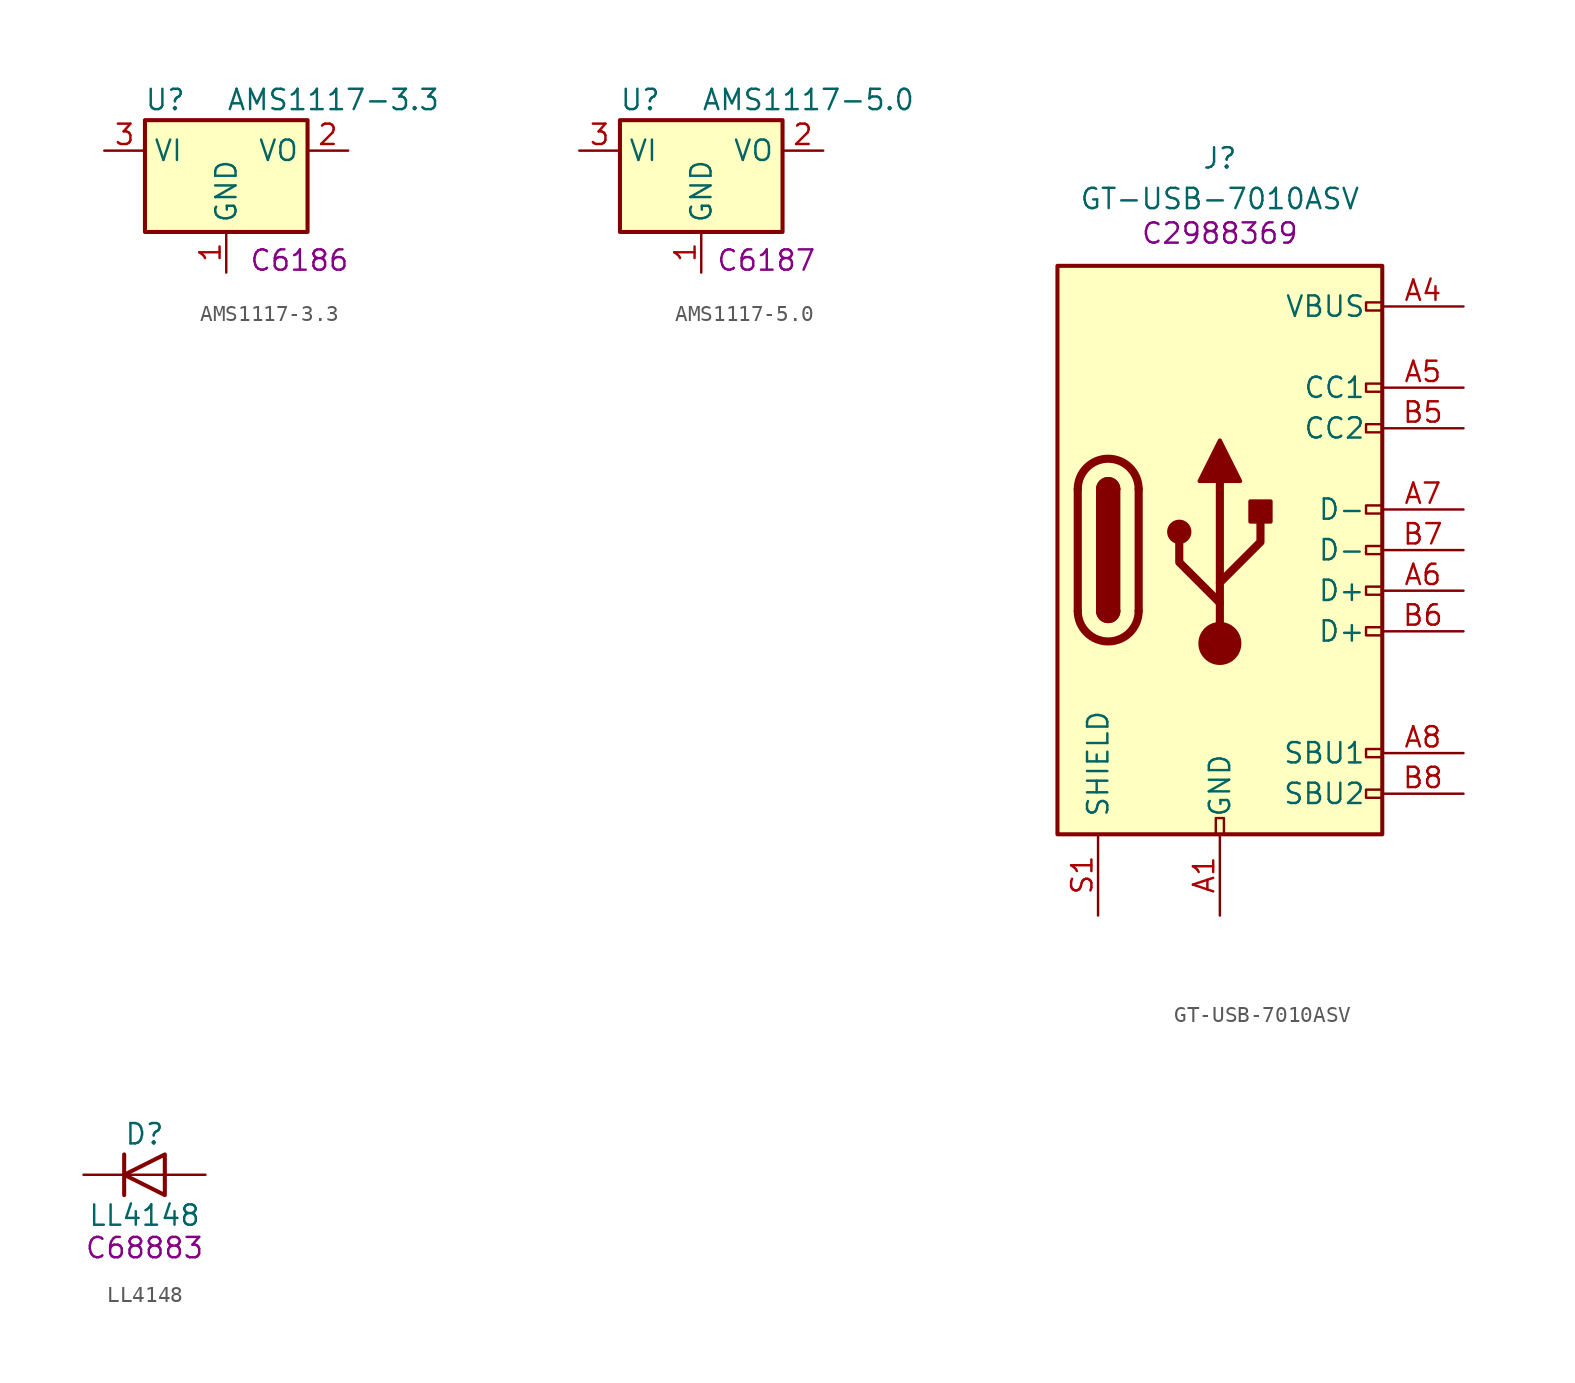
<source format=kicad_sym>
(kicad_symbol_lib
  (version 20231120)
  (generator "kicad_symbol_editor")
  (generator_version "8.0")
  (symbol "AMS1117-3.3"
    (property "Reference" "U"
      (at -3.81 3.175 0)
      (effects (font (size 1.27 1.27))))
    (property "Value" "AMS1117-3.3"
      (at 0 3.175 0)
      (effects (font (size 1.27 1.27)) (justify left)))
    (property "JLCPCB Part #" "C6186"
      (at 4.572 -6.858 0)
      (effects (font (size 1.27 1.27))))
    (symbol "AMS1117-3.3_0_1"
      (rectangle (start -5.08 -5.08) (end 5.08 1.905) (stroke (width 0.254) (type default)) (fill (type background))))
    (symbol "AMS1117-3.3_1_1"
      (pin power_in line (at 0 -7.62 90) (length 2.54) (name "GND" (effects (font (size 1.27 1.27)))) (number "1" (effects (font (size 1.27 1.27)))))
      (pin power_out line (at 7.62 0 180) (length 2.54) (name "VO" (effects (font (size 1.27 1.27)))) (number "2" (effects (font (size 1.27 1.27)))))
      (pin power_in line (at -7.62 0 0) (length 2.54) (name "VI" (effects (font (size 1.27 1.27)))) (number "3" (effects (font (size 1.27 1.27)))))))
  (symbol "AMS1117-5.0"
    (property "Reference" "U"
      (at -3.81 3.175 0)
      (effects (font (size 1.27 1.27))))
    (property "Value" "AMS1117-5.0"
      (at 0 3.175 0)
      (effects (font (size 1.27 1.27)) (justify left)))
    (property "JLCPCB Part #" "C6187"
      (at 4.064 -6.858 0)
      (effects (font (size 1.27 1.27))))
    (symbol "AMS1117-5.0_0_1"
      (rectangle (start -5.08 -5.08) (end 5.08 1.905) (stroke (width 0.254) (type default)) (fill (type background))))
    (symbol "AMS1117-5.0_1_1"
      (pin power_in line (at 0 -7.62 90) (length 2.54) (name "GND" (effects (font (size 1.27 1.27)))) (number "1" (effects (font (size 1.27 1.27)))))
      (pin power_out line (at 7.62 0 180) (length 2.54) (name "VO" (effects (font (size 1.27 1.27)))) (number "2" (effects (font (size 1.27 1.27)))))
      (pin power_in line (at -7.62 0 0) (length 2.54) (name "VI" (effects (font (size 1.27 1.27)))) (number "3" (effects (font (size 1.27 1.27)))))))
  (symbol "GT-USB-7010ASV"
    (pin_names
      (offset 1.016))
    (property "Reference" "J"
      (at 0 24.511 0)
      (effects (font (size 1.27 1.27))))
    (property "Value" "GT-USB-7010ASV"
      (at 0 21.971 0)
      (effects (font (size 1.27 1.27))))
    (property "JLCPCB Part # " "C2988369"
      (at 0 19.812 0)
      (effects (font (size 1.27 1.27))))
    (symbol "GT-USB-7010ASV_0_0"
      (rectangle (start -0.254 -17.78) (end 0.254 -16.764) (stroke (width 0) (type default)) (fill (type none)))
      (rectangle (start 10.16 -14.986) (end 9.144 -15.494) (stroke (width 0) (type default)) (fill (type none)))
      (rectangle (start 10.16 -12.446) (end 9.144 -12.954) (stroke (width 0) (type default)) (fill (type none)))
      (rectangle (start 10.16 -4.826) (end 9.144 -5.334) (stroke (width 0) (type default)) (fill (type none)))
      (rectangle (start 10.16 -2.286) (end 9.144 -2.794) (stroke (width 0) (type default)) (fill (type none)))
      (rectangle (start 10.16 0.254) (end 9.144 -0.254) (stroke (width 0) (type default)) (fill (type none)))
      (rectangle (start 10.16 2.794) (end 9.144 2.286) (stroke (width 0) (type default)) (fill (type none)))
      (rectangle (start 10.16 7.874) (end 9.144 7.366) (stroke (width 0) (type default)) (fill (type none)))
      (rectangle (start 10.16 10.414) (end 9.144 9.906) (stroke (width 0) (type default)) (fill (type none)))
      (rectangle (start 10.16 15.494) (end 9.144 14.986) (stroke (width 0) (type default)) (fill (type none))))
    (symbol "GT-USB-7010ASV_0_1"
      (rectangle (start -10.16 17.78) (end 10.16 -17.78) (stroke (width 0.254) (type default)) (fill (type background)))
      (arc (start -8.89 -3.81) (mid -6.985 -5.7067) (end -5.08 -3.81) (stroke (width 0.508) (type default)) (fill (type none)))
      (arc (start -7.62 -3.81) (mid -6.985 -4.4423) (end -6.35 -3.81) (stroke (width 0.254) (type default)) (fill (type none)))
      (arc (start -7.62 -3.81) (mid -6.985 -4.4423) (end -6.35 -3.81) (stroke (width 0.254) (type default)) (fill (type outline)))
      (rectangle (start -7.62 -3.81) (end -6.35 3.81) (stroke (width 0.254) (type default)) (fill (type outline)))
      (arc (start -6.35 3.81) (mid -6.985 4.4423) (end -7.62 3.81) (stroke (width 0.254) (type default)) (fill (type none)))
      (arc (start -6.35 3.81) (mid -6.985 4.4423) (end -7.62 3.81) (stroke (width 0.254) (type default)) (fill (type outline)))
      (arc (start -5.08 3.81) (mid -6.985 5.7067) (end -8.89 3.81) (stroke (width 0.508) (type default)) (fill (type none)))
      (circle (center -2.54 1.143) (radius 0.635) (stroke (width 0.254) (type default)) (fill (type outline)))
      (circle (center 0 -5.842) (radius 1.27) (stroke (width 0) (type default)) (fill (type outline)))
      (polyline (pts (xy -8.89 -3.81) (xy -8.89 3.81)) (stroke (width 0.508) (type default)) (fill (type none)))
      (polyline (pts (xy -5.08 3.81) (xy -5.08 -3.81)) (stroke (width 0.508) (type default)) (fill (type none)))
      (polyline (pts (xy 0 -5.842) (xy 0 4.318)) (stroke (width 0.508) (type default)) (fill (type none)))
      (polyline (pts (xy 0 -3.302) (xy -2.54 -0.762) (xy -2.54 0.508)) (stroke (width 0.508) (type default)) (fill (type none)))
      (polyline (pts (xy 0 -2.032) (xy 2.54 0.508) (xy 2.54 1.778)) (stroke (width 0.508) (type default)) (fill (type none)))
      (polyline (pts (xy -1.27 4.318) (xy 0 6.858) (xy 1.27 4.318) (xy -1.27 4.318)) (stroke (width 0.254) (type default)) (fill (type outline)))
      (rectangle (start 1.905 1.778) (end 3.175 3.048) (stroke (width 0.254) (type default)) (fill (type outline))))
    (symbol "GT-USB-7010ASV_1_1"
      (pin passive line (at 0 -22.86 90) (length 5.08) (name "GND" (effects (font (size 1.27 1.27)))) (number "A1" (effects (font (size 1.27 1.27)))))
      (pin passive line (at 0 -22.86 90) (length 5.08) hide (name "GND" (effects (font (size 1.27 1.27)))) (number "A12" (effects (font (size 1.27 1.27)))))
      (pin passive line (at 15.24 15.24 180) (length 5.08) (name "VBUS" (effects (font (size 1.27 1.27)))) (number "A4" (effects (font (size 1.27 1.27)))))
      (pin bidirectional line (at 15.24 10.16 180) (length 5.08) (name "CC1" (effects (font (size 1.27 1.27)))) (number "A5" (effects (font (size 1.27 1.27)))))
      (pin bidirectional line (at 15.24 -2.54 180) (length 5.08) (name "D+" (effects (font (size 1.27 1.27)))) (number "A6" (effects (font (size 1.27 1.27)))))
      (pin bidirectional line (at 15.24 2.54 180) (length 5.08) (name "D-" (effects (font (size 1.27 1.27)))) (number "A7" (effects (font (size 1.27 1.27)))))
      (pin bidirectional line (at 15.24 -12.7 180) (length 5.08) (name "SBU1" (effects (font (size 1.27 1.27)))) (number "A8" (effects (font (size 1.27 1.27)))))
      (pin passive line (at 15.24 15.24 180) (length 5.08) hide (name "VBUS" (effects (font (size 1.27 1.27)))) (number "A9" (effects (font (size 1.27 1.27)))))
      (pin passive line (at 0 -22.86 90) (length 5.08) hide (name "GND" (effects (font (size 1.27 1.27)))) (number "B1" (effects (font (size 1.27 1.27)))))
      (pin passive line (at 0 -22.86 90) (length 5.08) hide (name "GND" (effects (font (size 1.27 1.27)))) (number "B12" (effects (font (size 1.27 1.27)))))
      (pin passive line (at 15.24 15.24 180) (length 5.08) hide (name "VBUS" (effects (font (size 1.27 1.27)))) (number "B4" (effects (font (size 1.27 1.27)))))
      (pin bidirectional line (at 15.24 7.62 180) (length 5.08) (name "CC2" (effects (font (size 1.27 1.27)))) (number "B5" (effects (font (size 1.27 1.27)))))
      (pin bidirectional line (at 15.24 -5.08 180) (length 5.08) (name "D+" (effects (font (size 1.27 1.27)))) (number "B6" (effects (font (size 1.27 1.27)))))
      (pin bidirectional line (at 15.24 0 180) (length 5.08) (name "D-" (effects (font (size 1.27 1.27)))) (number "B7" (effects (font (size 1.27 1.27)))))
      (pin bidirectional line (at 15.24 -15.24 180) (length 5.08) (name "SBU2" (effects (font (size 1.27 1.27)))) (number "B8" (effects (font (size 1.27 1.27)))))
      (pin passive line (at 15.24 15.24 180) (length 5.08) hide (name "VBUS" (effects (font (size 1.27 1.27)))) (number "B9" (effects (font (size 1.27 1.27)))))
      (pin passive line (at -7.62 -22.86 90) (length 5.08) (name "SHIELD" (effects (font (size 1.27 1.27)))) (number "S1" (effects (font (size 1.27 1.27)))))))
  (symbol "LL4148"
    (pin_numbers hide)
    (pin_names
      (offset 1.016) hide)
    (property "Reference" "D"
      (at 0 2.54 0)
      (effects (font (size 1.27 1.27))))
    (property "Value" "LL4148"
      (at 0 -2.54 0)
      (effects (font (size 1.27 1.27))))
    (property "JLCPCB Part # " "C68883"
      (at 0 -4.572 0)
      (effects (font (size 1.27 1.27))))
    (symbol "LL4148_0_1"
      (polyline (pts (xy -1.27 1.27) (xy -1.27 -1.27)) (stroke (width 0.254) (type default)) (fill (type none)))
      (polyline (pts (xy 1.27 0) (xy -1.27 0)) (stroke (width 0) (type default)) (fill (type none)))
      (polyline (pts (xy 1.27 1.27) (xy 1.27 -1.27) (xy -1.27 0) (xy 1.27 1.27)) (stroke (width 0.254) (type default)) (fill (type none))))
    (symbol "LL4148_1_1"
      (pin passive line (at -3.81 0 0) (length 2.54) (name "K" (effects (font (size 1.27 1.27)))) (number "1" (effects (font (size 1.27 1.27)))))
      (pin passive line (at 3.81 0 180) (length 2.54) (name "A" (effects (font (size 1.27 1.27)))) (number "2" (effects (font (size 1.27 1.27))))))))
</source>
